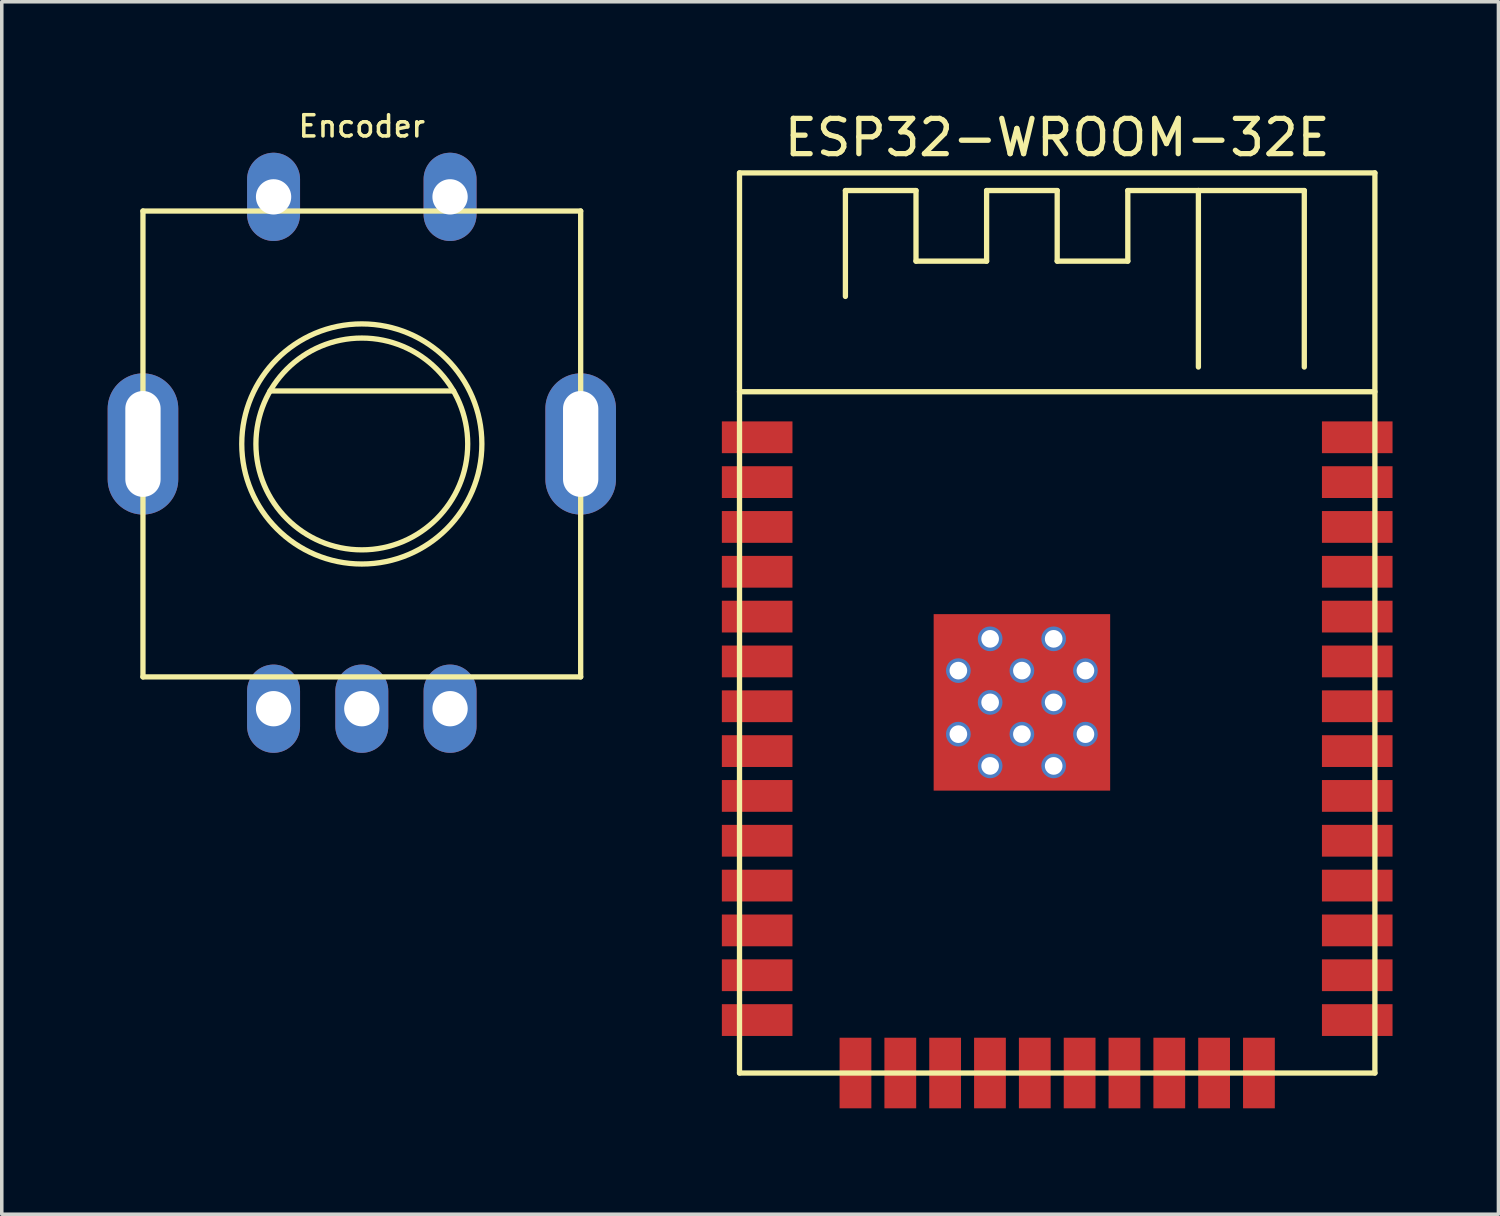
<source format=kicad_pcb>
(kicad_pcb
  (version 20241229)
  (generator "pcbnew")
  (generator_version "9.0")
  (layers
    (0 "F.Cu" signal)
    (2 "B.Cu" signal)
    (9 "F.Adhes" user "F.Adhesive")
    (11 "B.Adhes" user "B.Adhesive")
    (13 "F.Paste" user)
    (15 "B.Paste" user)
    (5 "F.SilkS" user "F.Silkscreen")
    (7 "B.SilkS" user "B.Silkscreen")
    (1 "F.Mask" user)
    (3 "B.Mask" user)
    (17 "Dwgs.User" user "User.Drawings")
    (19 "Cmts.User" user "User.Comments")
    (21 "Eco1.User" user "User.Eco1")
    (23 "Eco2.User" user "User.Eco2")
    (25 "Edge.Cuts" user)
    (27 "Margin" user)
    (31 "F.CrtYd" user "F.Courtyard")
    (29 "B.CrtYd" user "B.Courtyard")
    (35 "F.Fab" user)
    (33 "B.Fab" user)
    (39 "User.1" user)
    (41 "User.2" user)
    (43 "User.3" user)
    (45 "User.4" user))
  (footprint "ESP32-WROOM-32E"
    (layer "F.Cu")
    (at 26.9 14.598)
    (property "Reference" "ESP32-WROOM-32E" (at 0 -13.75 0) (layer "F.SilkS") (effects (font (size 1 1) (thickness 0.15))))
    (attr smd)
    (fp_line (start -9 -12.75) (end -9 12.75) (stroke (width 0.15) (type solid)) (layer "F.SilkS"))
    (fp_line (start -9 12.75) (end 9 12.75) (stroke (width 0.15) (type solid)) (layer "F.SilkS"))
    (fp_line (start -6 -12.25) (end -6 -9.25) (stroke (width 0.15) (type solid)) (layer "F.SilkS"))
    (fp_line (start -4 -12.25) (end -6 -12.25) (stroke (width 0.15) (type solid)) (layer "F.SilkS"))
    (fp_line (start -4 -10.25) (end -4 -12.25) (stroke (width 0.15) (type solid)) (layer "F.SilkS"))
    (fp_line (start -2 -12.25) (end -2 -10.25) (stroke (width 0.15) (type solid)) (layer "F.SilkS"))
    (fp_line (start -2 -10.25) (end -4 -10.25) (stroke (width 0.15) (type solid)) (layer "F.SilkS"))
    (fp_line (start 0 -12.25) (end -2 -12.25) (stroke (width 0.15) (type solid)) (layer "F.SilkS"))
    (fp_line (start 0 -10.25) (end 0 -12.25) (stroke (width 0.15) (type solid)) (layer "F.SilkS"))
    (fp_line (start 2 -12.25) (end 2 -10.25) (stroke (width 0.15) (type solid)) (layer "F.SilkS"))
    (fp_line (start 2 -12.25) (end 4 -12.25) (stroke (width 0.15) (type solid)) (layer "F.SilkS"))
    (fp_line (start 2 -10.25) (end 0 -10.25) (stroke (width 0.15) (type solid)) (layer "F.SilkS"))
    (fp_line (start 4 -12.25) (end 7 -12.25) (stroke (width 0.15) (type solid)) (layer "F.SilkS"))
    (fp_line (start 4 -7.25) (end 4 -12.25) (stroke (width 0.15) (type solid)) (layer "F.SilkS"))
    (fp_line (start 7 -12.25) (end 7 -7.25) (stroke (width 0.15) (type solid)) (layer "F.SilkS"))
    (fp_line (start 9 -12.75) (end -9 -12.75) (stroke (width 0.15) (type solid)) (layer "F.SilkS"))
    (fp_line (start 9 -6.55) (end -9 -6.55) (stroke (width 0.15) (type solid)) (layer "F.SilkS"))
    (fp_line (start 9 12.75) (end 9 -12.75) (stroke (width 0.15) (type solid)) (layer "F.SilkS"))
    (fp_rect (start -3.45 1.1) (end -2.15 -0.2) (stroke (width 0) (type solid)) (fill yes) (layer "F.Paste"))
    (fp_rect (start -3.45 2.9) (end -2.15 1.6) (stroke (width 0) (type solid)) (fill yes) (layer "F.Paste"))
    (fp_rect (start -3.45 4.7) (end -2.15 3.4) (stroke (width 0) (type solid)) (fill yes) (layer "F.Paste"))
    (fp_rect (start -1.65 1.1) (end -0.35 -0.2) (stroke (width 0) (type solid)) (fill yes) (layer "F.Paste"))
    (fp_rect (start -1.65 2.9) (end -0.35 1.6) (stroke (width 0) (type solid)) (fill yes) (layer "F.Paste"))
    (fp_rect (start -1.65 4.7) (end -0.35 3.4) (stroke (width 0) (type solid)) (fill yes) (layer "F.Paste"))
    (fp_rect (start 0.15 1.1) (end 1.45 -0.2) (stroke (width 0) (type solid)) (fill yes) (layer "F.Paste"))
    (fp_rect (start 0.15 2.9) (end 1.45 1.6) (stroke (width 0) (type solid)) (fill yes) (layer "F.Paste"))
    (fp_rect (start 0.15 4.7) (end 1.45 3.4) (stroke (width 0) (type solid)) (fill yes) (layer "F.Paste"))
    (pad "1" smd rect (at -8.5 -5.26) (size 2 0.9) (layers "F.Cu" "F.Mask" "F.Paste"))
    (pad "2" smd rect (at -8.5 -3.99) (size 2 0.9) (layers "F.Cu" "F.Mask" "F.Paste"))
    (pad "3" smd rect (at -8.5 -2.72) (size 2 0.9) (layers "F.Cu" "F.Mask" "F.Paste"))
    (pad "4" smd rect (at -8.5 -1.45) (size 2 0.9) (layers "F.Cu" "F.Mask" "F.Paste"))
    (pad "5" smd rect (at -8.5 -0.18) (size 2 0.9) (layers "F.Cu" "F.Mask" "F.Paste"))
    (pad "6" smd rect (at -8.5 1.09) (size 2 0.9) (layers "F.Cu" "F.Mask" "F.Paste"))
    (pad "7" smd rect (at -8.5 2.36) (size 2 0.9) (layers "F.Cu" "F.Mask" "F.Paste"))
    (pad "8" smd rect (at -8.5 3.63) (size 2 0.9) (layers "F.Cu" "F.Mask" "F.Paste"))
    (pad "9" smd rect (at -8.5 4.9) (size 2 0.9) (layers "F.Cu" "F.Mask" "F.Paste"))
    (pad "10" smd rect (at -8.5 6.17) (size 2 0.9) (layers "F.Cu" "F.Mask" "F.Paste"))
    (pad "11" smd rect (at -8.5 7.44) (size 2 0.9) (layers "F.Cu" "F.Mask" "F.Paste"))
    (pad "12" smd rect (at -8.5 8.71) (size 2 0.9) (layers "F.Cu" "F.Mask" "F.Paste"))
    (pad "13" smd rect (at -8.5 9.98) (size 2 0.9) (layers "F.Cu" "F.Mask" "F.Paste"))
    (pad "14" smd rect (at -8.5 11.25) (size 2 0.9) (layers "F.Cu" "F.Mask" "F.Paste"))
    (pad "15" smd rect (at -5.715 12.75 90) (size 2 0.9) (layers "F.Cu" "F.Mask" "F.Paste"))
    (pad "16" smd rect (at -4.445 12.75 90) (size 2 0.9) (layers "F.Cu" "F.Mask" "F.Paste"))
    (pad "17" smd rect (at -3.175 12.75 90) (size 2 0.9) (layers "F.Cu" "F.Mask" "F.Paste"))
    (pad "18" smd rect (at -1.905 12.75 90) (size 2 0.9) (layers "F.Cu" "F.Mask" "F.Paste"))
    (pad "19" smd rect (at -0.635 12.75 90) (size 2 0.9) (layers "F.Cu" "F.Mask" "F.Paste"))
    (pad "20" smd rect (at 0.635 12.75 90) (size 2 0.9) (layers "F.Cu" "F.Mask" "F.Paste"))
    (pad "21" smd rect (at 1.905 12.75 90) (size 2 0.9) (layers "F.Cu" "F.Mask" "F.Paste"))
    (pad "22" smd rect (at 3.175 12.75 90) (size 2 0.9) (layers "F.Cu" "F.Mask" "F.Paste"))
    (pad "23" smd rect (at 4.445 12.75 90) (size 2 0.9) (layers "F.Cu" "F.Mask" "F.Paste"))
    (pad "24" smd rect (at 5.715 12.75 90) (size 2 0.9) (layers "F.Cu" "F.Mask" "F.Paste"))
    (pad "25" smd rect (at 8.5 11.25) (size 2 0.9) (layers "F.Cu" "F.Mask" "F.Paste"))
    (pad "26" smd rect (at 8.5 9.98) (size 2 0.9) (layers "F.Cu" "F.Mask" "F.Paste"))
    (pad "27" smd rect (at 8.5 8.71) (size 2 0.9) (layers "F.Cu" "F.Mask" "F.Paste"))
    (pad "28" smd rect (at 8.5 7.44) (size 2 0.9) (layers "F.Cu" "F.Mask" "F.Paste"))
    (pad "29" smd rect (at 8.5 6.17) (size 2 0.9) (layers "F.Cu" "F.Mask" "F.Paste"))
    (pad "30" smd rect (at 8.5 4.9) (size 2 0.9) (layers "F.Cu" "F.Mask" "F.Paste"))
    (pad "31" smd rect (at 8.5 3.63) (size 2 0.9) (layers "F.Cu" "F.Mask" "F.Paste"))
    (pad "32" smd rect (at 8.5 2.36) (size 2 0.9) (layers "F.Cu" "F.Mask" "F.Paste"))
    (pad "33" smd rect (at 8.5 1.09) (size 2 0.9) (layers "F.Cu" "F.Mask" "F.Paste"))
    (pad "34" smd rect (at 8.5 -0.18) (size 2 0.9) (layers "F.Cu" "F.Mask" "F.Paste"))
    (pad "35" smd rect (at 8.5 -1.45) (size 2 0.9) (layers "F.Cu" "F.Mask" "F.Paste"))
    (pad "36" smd rect (at 8.5 -2.72) (size 2 0.9) (layers "F.Cu" "F.Mask" "F.Paste"))
    (pad "37" smd rect (at 8.5 -3.99) (size 2 0.9) (layers "F.Cu" "F.Mask" "F.Paste"))
    (pad "38" smd rect (at 8.5 -5.26) (size 2 0.9) (layers "F.Cu" "F.Mask" "F.Paste"))
    (pad "39" thru_hole circle (at -2.8 1.35) (size 0.7 0.7) (drill 0.5) (layers "*.Cu" "*.Mask"))
    (pad "39" thru_hole circle (at -2.8 3.15) (size 0.7 0.7) (drill 0.5) (layers "*.Cu" "*.Mask"))
    (pad "39" thru_hole circle (at -1.9 0.45) (size 0.7 0.7) (drill 0.5) (layers "*.Cu" "*.Mask"))
    (pad "39" thru_hole circle (at -1.9 2.25) (size 0.7 0.7) (drill 0.5) (layers "*.Cu" "*.Mask"))
    (pad "39" thru_hole circle (at -1.9 4.05) (size 0.7 0.7) (drill 0.5) (layers "*.Cu" "*.Mask"))
    (pad "39" thru_hole circle (at -1 1.35) (size 0.7 0.7) (drill 0.5) (layers "*.Cu" "*.Mask"))
    (pad "39" smd rect (at -1 2.25) (size 5 5) (layers "F.Cu" "F.Mask"))
    (pad "39" thru_hole circle (at -1 3.15) (size 0.7 0.7) (drill 0.5) (layers "*.Cu" "*.Mask"))
    (pad "39" thru_hole circle (at -0.1 0.45) (size 0.7 0.7) (drill 0.5) (layers "*.Cu" "*.Mask"))
    (pad "39" thru_hole circle (at -0.1 2.25) (size 0.7 0.7) (drill 0.5) (layers "*.Cu" "*.Mask"))
    (pad "39" thru_hole circle (at -0.1 4.05) (size 0.7 0.7) (drill 0.5) (layers "*.Cu" "*.Mask"))
    (pad "39" thru_hole circle (at 0.8 1.35) (size 0.7 0.7) (drill 0.5) (layers "*.Cu" "*.Mask"))
    (pad "39" thru_hole circle (at 0.8 3.15) (size 0.7 0.7) (drill 0.5) (layers "*.Cu" "*.Mask")))
  (footprint "Encoder"
    (layer "F.Cu")
    (at 7.2 9.527)
    (property "Reference" "Encoder" (at 0 -9 0) (layer "F.SilkS") (effects (font (size 0.6 0.6) (thickness 0.1))))
    (attr through_hole)
    (fp_line (start -6.2 -6.599) (end -6.2 6.599) (stroke (width 0.15) (type solid)) (layer "F.SilkS"))
    (fp_line (start -6.2 6.599) (end 6.2 6.599) (stroke (width 0.15) (type solid)) (layer "F.SilkS"))
    (fp_line (start -2.601 -1.501) (end 2.601 -1.501) (stroke (width 0.15) (type solid)) (layer "F.SilkS"))
    (fp_line (start 6.2 -6.599) (end -6.2 -6.599) (stroke (width 0.15) (type solid)) (layer "F.SilkS"))
    (fp_line (start 6.2 6.599) (end 6.2 -6.599) (stroke (width 0.15) (type solid)) (layer "F.SilkS"))
    (fp_circle (center 0 0) (end -3.401 0) (stroke (width 0.15) (type solid)) (fill no) (layer "F.SilkS"))
    (fp_circle (center 0 0) (end -3 0) (stroke (width 0.15) (type solid)) (fill no) (layer "F.SilkS"))
    (pad "1" thru_hole oval (at -2.5 7.5) (size 1.5 2.5) (drill 1) (layers "*.Cu" "*.Mask"))
    (pad "2" thru_hole oval (at 0 7.5) (size 1.5 2.5) (drill 1) (layers "*.Cu" "*.Mask"))
    (pad "3" thru_hole oval (at 2.5 7.5) (size 1.5 2.5) (drill 1) (layers "*.Cu" "*.Mask"))
    (pad "4" thru_hole oval (at 2.5 -7) (size 1.5 2.5) (drill 1) (layers "*.Cu" "*.Mask"))
    (pad "5" thru_hole oval (at -2.5 -7) (size 1.5 2.5) (drill 1) (layers "*.Cu" "*.Mask"))
    (pad "6" thru_hole oval (at -6.2 0) (size 2 4) (drill oval 1 3) (layers "*.Cu" "*.Mask"))
    (pad "6" thru_hole oval (at 6.2 0) (size 2 4) (drill oval 1 3) (layers "*.Cu" "*.Mask")))
  (gr_rect
    (start -3 -3)
    (end 39.4 31.348)
    (stroke (width 0.1) (type default))
    (fill no)
    (layer "Edge.Cuts")))
</source>
